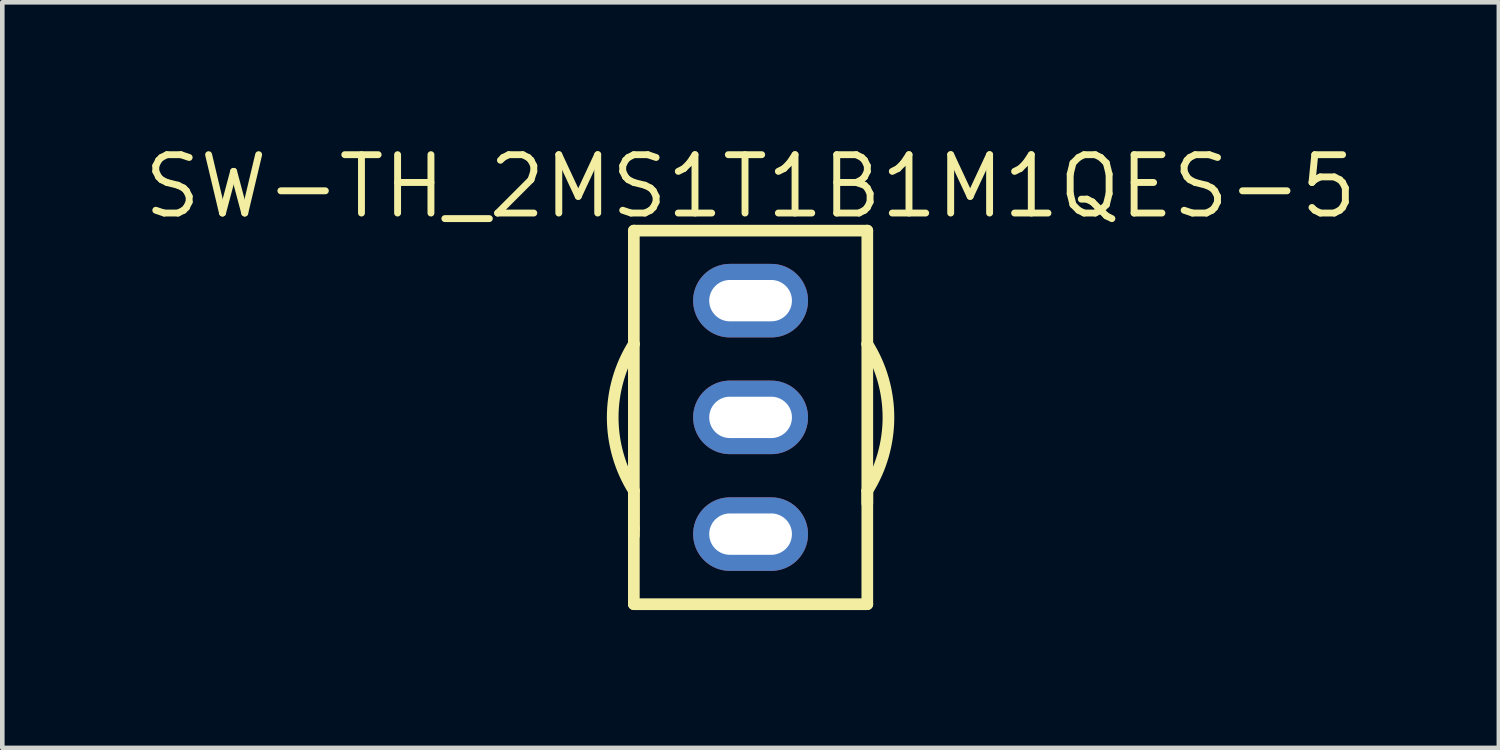
<source format=kicad_pcb>
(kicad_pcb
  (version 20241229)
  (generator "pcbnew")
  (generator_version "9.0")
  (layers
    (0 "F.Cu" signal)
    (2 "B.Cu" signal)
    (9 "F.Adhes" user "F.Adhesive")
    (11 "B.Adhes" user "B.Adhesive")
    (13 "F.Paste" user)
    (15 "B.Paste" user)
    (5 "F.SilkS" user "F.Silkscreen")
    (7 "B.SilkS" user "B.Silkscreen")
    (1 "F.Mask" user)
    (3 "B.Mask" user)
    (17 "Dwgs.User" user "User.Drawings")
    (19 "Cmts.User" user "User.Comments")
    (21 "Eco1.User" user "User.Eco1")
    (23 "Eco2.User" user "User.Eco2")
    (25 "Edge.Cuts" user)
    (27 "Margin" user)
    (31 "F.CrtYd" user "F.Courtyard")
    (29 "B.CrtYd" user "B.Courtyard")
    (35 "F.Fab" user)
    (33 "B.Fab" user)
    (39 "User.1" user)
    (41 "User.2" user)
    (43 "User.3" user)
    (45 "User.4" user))
  (footprint "SW-TH_2MS1T1B1M1QES-5"
    (layer "F.Cu")
    (at 13.282 6.032)
    (property "Reference" "SW-TH_2MS1T1B1M1QES-5" (at 0 -5.026 0) (layer "F.SilkS") (effects (font (size 1.27 1.27) (thickness 0.15))))
    (fp_line (start -2.54 -4.064) (end -2.54 -1.597) (stroke (width 0.254) (type default)) (layer "F.SilkS"))
    (fp_line (start -2.54 -4.064) (end 2.54 -4.064) (stroke (width 0.254) (type default)) (layer "F.SilkS"))
    (fp_line (start -2.54 1.596) (end -2.54 4.065) (stroke (width 0.254) (type default)) (layer "F.SilkS"))
    (fp_line (start -2.54 -1.597) (end -2.54 2.413) (stroke (width 0.254) (type default)) (layer "F.SilkS"))
    (fp_line (start -2.54 2.413) (end -2.54 2.568) (stroke (width 0.254) (type default)) (layer "F.SilkS"))
    (fp_line (start 2.54 4.065) (end -2.54 4.065) (stroke (width 0.254) (type default)) (layer "F.SilkS"))
    (fp_line (start 2.54 4.065) (end 2.54 1.597) (stroke (width 0.254) (type default)) (layer "F.SilkS"))
    (fp_line (start 2.54 -1.596) (end 2.54 -4.064) (stroke (width 0.254) (type default)) (layer "F.SilkS"))
    (fp_line (start 2.54 -1.596) (end 2.54 1.869) (stroke (width 0.254) (type default)) (layer "F.SilkS"))
    (fp_arc (start -2.54 1.5963) (mid -2.999962 -0.000223) (end -2.5398 -1.5967) (stroke (width 0.254) (type default)) (layer "F.SilkS"))
    (fp_arc (start 2.54 -1.5963) (mid 2.999962 0.000223) (end 2.5398 1.5967) (stroke (width 0.254) (type default)) (layer "F.SilkS"))
    (fp_circle (center 2.54 4.06) (end 2.57 4.06) (stroke (width 0.06) (type default)) (fill no) (layer "User.5"))
    (pad "1" thru_hole oval (at 0 2.54 90) (size 1.6 2.5) (drill oval 0.9 1.8) (layers "*.Cu" "*.Mask"))
    (pad "2" thru_hole oval (at 0 0 90) (size 1.6 2.5) (drill oval 0.9 1.8) (layers "*.Cu" "*.Mask"))
    (pad "3" thru_hole oval (at 0 -2.54 90) (size 1.6 2.5) (drill oval 0.9 1.8) (layers "*.Cu" "*.Mask"))
    (zone (net_name "") (layer "User.3") (hatch edge 0.5) (priority 100) (connect_pads yes) (min_thickness 0) (filled_areas_thickness no) (fill yes) (polygon (pts (xy 10.742 10.097) (xy 10.742 1.967) (xy 15.822 1.967) (xy 15.822 10.097))) (filled_polygon (layer "User.3") (island) (pts (xy 10.742 10.097) (xy 10.742 1.967) (xy 15.822 1.967) (xy 15.822 10.097))))
    (zone (net_name "") (layer "User.4") (hatch edge 0.5) (priority 100) (connect_pads yes) (min_thickness 0) (filled_areas_thickness no) (fill yes) (polygon (pts (xy 14.042 3.237) (xy 14.042 3.747) (xy 12.522 3.747) (xy 12.522 3.237))) (filled_polygon (layer "User.4") (island) (pts (xy 14.042 3.237) (xy 14.042 3.747) (xy 12.522 3.747) (xy 12.522 3.237))))
    (zone (net_name "") (layer "User.4") (hatch edge 0.5) (priority 100) (connect_pads yes) (min_thickness 0) (filled_areas_thickness no) (fill yes) (polygon (pts (xy 14.042 5.777) (xy 14.042 6.287) (xy 12.522 6.287) (xy 12.522 5.777))) (filled_polygon (layer "User.4") (island) (pts (xy 14.042 5.777) (xy 14.042 6.287) (xy 12.522 6.287) (xy 12.522 5.777))))
    (zone (net_name "") (layer "User.4") (hatch edge 0.5) (priority 100) (connect_pads yes) (min_thickness 0) (filled_areas_thickness no) (fill yes) (polygon (pts (xy 14.042 8.317) (xy 14.042 8.827) (xy 12.522 8.827) (xy 12.522 8.317))) (filled_polygon (layer "User.4") (island) (pts (xy 14.042 8.317) (xy 14.042 8.827) (xy 12.522 8.827) (xy 12.522 8.317)))))
  (gr_rect
    (start -3 -3)
    (end 29.564 13.224)
    (stroke (width 0.1) (type default))
    (fill no)
    (layer "Edge.Cuts")))
</source>
